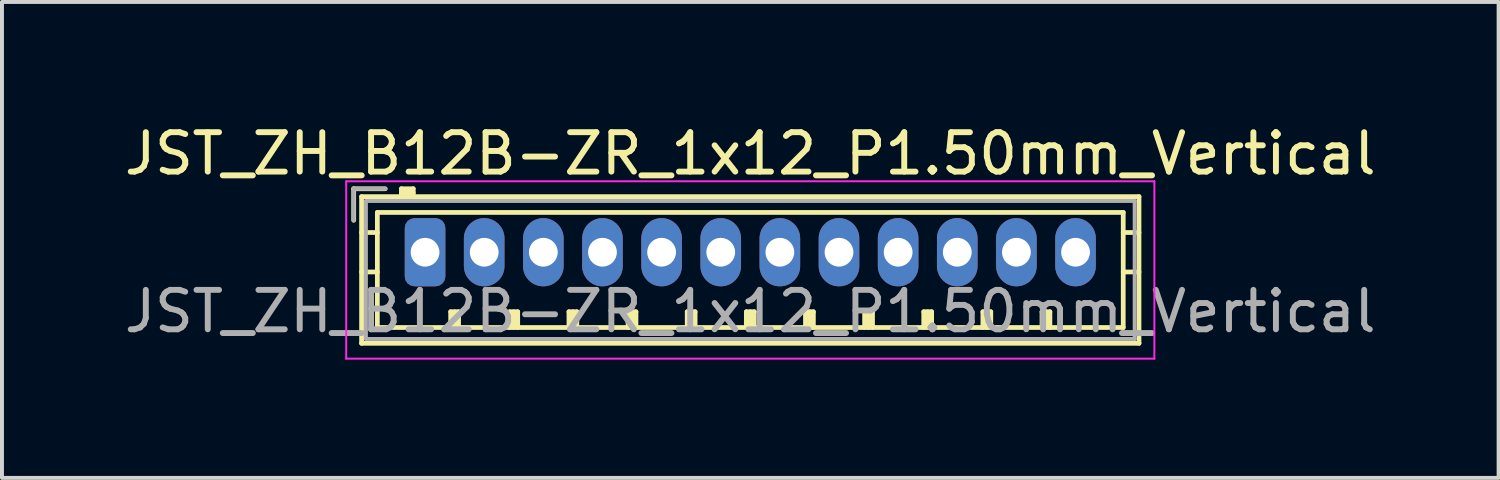
<source format=kicad_pcb>
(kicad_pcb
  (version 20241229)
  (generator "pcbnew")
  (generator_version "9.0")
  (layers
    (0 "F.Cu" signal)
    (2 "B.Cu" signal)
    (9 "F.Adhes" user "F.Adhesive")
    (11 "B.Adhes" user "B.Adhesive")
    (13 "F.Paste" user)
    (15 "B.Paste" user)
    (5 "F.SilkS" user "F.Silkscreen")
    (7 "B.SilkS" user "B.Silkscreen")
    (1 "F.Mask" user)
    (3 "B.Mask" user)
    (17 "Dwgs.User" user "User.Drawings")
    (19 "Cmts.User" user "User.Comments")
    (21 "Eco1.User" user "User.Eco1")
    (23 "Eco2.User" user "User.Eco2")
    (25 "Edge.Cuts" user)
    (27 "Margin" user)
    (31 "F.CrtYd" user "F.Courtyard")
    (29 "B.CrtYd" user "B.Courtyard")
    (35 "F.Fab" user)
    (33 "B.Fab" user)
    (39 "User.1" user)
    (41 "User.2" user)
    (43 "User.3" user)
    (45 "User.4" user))
  (footprint "JST_ZH_B12B-ZR_1x12_P1.50mm_Vertical"
    (layer "F.Cu")
    (at 7.732 3.348)
    (property "Reference" "JST_ZH_B12B-ZR_1x12_P1.50mm_Vertical" (at 8.25 -2.5 0) (layer "F.SilkS") (effects (font (size 1 1) (thickness 0.15))))
    (attr through_hole)
    (fp_line (start -1.81 -1.61) (end -1.81 -0.81) (stroke (width 0.12) (type solid)) (layer "F.SilkS"))
    (fp_line (start -1.61 -1.41) (end -1.61 2.31) (stroke (width 0.12) (type solid)) (layer "F.SilkS"))
    (fp_line (start -1.61 -0.5) (end -1.21 -0.5) (stroke (width 0.12) (type solid)) (layer "F.SilkS"))
    (fp_line (start -1.61 0.5) (end -1.21 0.5) (stroke (width 0.12) (type solid)) (layer "F.SilkS"))
    (fp_line (start -1.61 2.31) (end 18.11 2.31) (stroke (width 0.12) (type solid)) (layer "F.SilkS"))
    (fp_line (start -1.21 -1.01) (end -1.21 1.91) (stroke (width 0.12) (type solid)) (layer "F.SilkS"))
    (fp_line (start -1.21 1.91) (end 17.71 1.91) (stroke (width 0.12) (type solid)) (layer "F.SilkS"))
    (fp_line (start -1.01 -1.61) (end -1.81 -1.61) (stroke (width 0.12) (type solid)) (layer "F.SilkS"))
    (fp_line (start -0.6 -1.61) (end -0.6 -1.41) (stroke (width 0.12) (type solid)) (layer "F.SilkS"))
    (fp_line (start -0.3 -1.61) (end -0.6 -1.61) (stroke (width 0.12) (type solid)) (layer "F.SilkS"))
    (fp_line (start -0.3 -1.51) (end -0.6 -1.51) (stroke (width 0.12) (type solid)) (layer "F.SilkS"))
    (fp_line (start -0.3 -1.41) (end -0.3 -1.61) (stroke (width 0.12) (type solid)) (layer "F.SilkS"))
    (fp_line (start 0.65 1.51) (end 0.85 1.51) (stroke (width 0.12) (type solid)) (layer "F.SilkS"))
    (fp_line (start 0.65 1.91) (end 0.65 1.51) (stroke (width 0.12) (type solid)) (layer "F.SilkS"))
    (fp_line (start 0.75 1.91) (end 0.75 1.51) (stroke (width 0.12) (type solid)) (layer "F.SilkS"))
    (fp_line (start 0.85 1.51) (end 0.85 1.91) (stroke (width 0.12) (type solid)) (layer "F.SilkS"))
    (fp_line (start 2.15 1.51) (end 2.35 1.51) (stroke (width 0.12) (type solid)) (layer "F.SilkS"))
    (fp_line (start 2.15 1.91) (end 2.15 1.51) (stroke (width 0.12) (type solid)) (layer "F.SilkS"))
    (fp_line (start 2.25 1.91) (end 2.25 1.51) (stroke (width 0.12) (type solid)) (layer "F.SilkS"))
    (fp_line (start 2.35 1.51) (end 2.35 1.91) (stroke (width 0.12) (type solid)) (layer "F.SilkS"))
    (fp_line (start 3.65 1.51) (end 3.85 1.51) (stroke (width 0.12) (type solid)) (layer "F.SilkS"))
    (fp_line (start 3.65 1.91) (end 3.65 1.51) (stroke (width 0.12) (type solid)) (layer "F.SilkS"))
    (fp_line (start 3.75 1.91) (end 3.75 1.51) (stroke (width 0.12) (type solid)) (layer "F.SilkS"))
    (fp_line (start 3.85 1.51) (end 3.85 1.91) (stroke (width 0.12) (type solid)) (layer "F.SilkS"))
    (fp_line (start 5.15 1.51) (end 5.35 1.51) (stroke (width 0.12) (type solid)) (layer "F.SilkS"))
    (fp_line (start 5.15 1.91) (end 5.15 1.51) (stroke (width 0.12) (type solid)) (layer "F.SilkS"))
    (fp_line (start 5.25 1.91) (end 5.25 1.51) (stroke (width 0.12) (type solid)) (layer "F.SilkS"))
    (fp_line (start 5.35 1.51) (end 5.35 1.91) (stroke (width 0.12) (type solid)) (layer "F.SilkS"))
    (fp_line (start 6.65 1.51) (end 6.85 1.51) (stroke (width 0.12) (type solid)) (layer "F.SilkS"))
    (fp_line (start 6.65 1.91) (end 6.65 1.51) (stroke (width 0.12) (type solid)) (layer "F.SilkS"))
    (fp_line (start 6.75 1.91) (end 6.75 1.51) (stroke (width 0.12) (type solid)) (layer "F.SilkS"))
    (fp_line (start 6.85 1.51) (end 6.85 1.91) (stroke (width 0.12) (type solid)) (layer "F.SilkS"))
    (fp_line (start 8.15 1.51) (end 8.35 1.51) (stroke (width 0.12) (type solid)) (layer "F.SilkS"))
    (fp_line (start 8.15 1.91) (end 8.15 1.51) (stroke (width 0.12) (type solid)) (layer "F.SilkS"))
    (fp_line (start 8.25 1.91) (end 8.25 1.51) (stroke (width 0.12) (type solid)) (layer "F.SilkS"))
    (fp_line (start 8.35 1.51) (end 8.35 1.91) (stroke (width 0.12) (type solid)) (layer "F.SilkS"))
    (fp_line (start 9.65 1.51) (end 9.85 1.51) (stroke (width 0.12) (type solid)) (layer "F.SilkS"))
    (fp_line (start 9.65 1.91) (end 9.65 1.51) (stroke (width 0.12) (type solid)) (layer "F.SilkS"))
    (fp_line (start 9.75 1.91) (end 9.75 1.51) (stroke (width 0.12) (type solid)) (layer "F.SilkS"))
    (fp_line (start 9.85 1.51) (end 9.85 1.91) (stroke (width 0.12) (type solid)) (layer "F.SilkS"))
    (fp_line (start 11.15 1.51) (end 11.35 1.51) (stroke (width 0.12) (type solid)) (layer "F.SilkS"))
    (fp_line (start 11.15 1.91) (end 11.15 1.51) (stroke (width 0.12) (type solid)) (layer "F.SilkS"))
    (fp_line (start 11.25 1.91) (end 11.25 1.51) (stroke (width 0.12) (type solid)) (layer "F.SilkS"))
    (fp_line (start 11.35 1.51) (end 11.35 1.91) (stroke (width 0.12) (type solid)) (layer "F.SilkS"))
    (fp_line (start 12.65 1.51) (end 12.85 1.51) (stroke (width 0.12) (type solid)) (layer "F.SilkS"))
    (fp_line (start 12.65 1.91) (end 12.65 1.51) (stroke (width 0.12) (type solid)) (layer "F.SilkS"))
    (fp_line (start 12.75 1.91) (end 12.75 1.51) (stroke (width 0.12) (type solid)) (layer "F.SilkS"))
    (fp_line (start 12.85 1.51) (end 12.85 1.91) (stroke (width 0.12) (type solid)) (layer "F.SilkS"))
    (fp_line (start 14.15 1.51) (end 14.35 1.51) (stroke (width 0.12) (type solid)) (layer "F.SilkS"))
    (fp_line (start 14.15 1.91) (end 14.15 1.51) (stroke (width 0.12) (type solid)) (layer "F.SilkS"))
    (fp_line (start 14.25 1.91) (end 14.25 1.51) (stroke (width 0.12) (type solid)) (layer "F.SilkS"))
    (fp_line (start 14.35 1.51) (end 14.35 1.91) (stroke (width 0.12) (type solid)) (layer "F.SilkS"))
    (fp_line (start 15.65 1.51) (end 15.85 1.51) (stroke (width 0.12) (type solid)) (layer "F.SilkS"))
    (fp_line (start 15.65 1.91) (end 15.65 1.51) (stroke (width 0.12) (type solid)) (layer "F.SilkS"))
    (fp_line (start 15.75 1.91) (end 15.75 1.51) (stroke (width 0.12) (type solid)) (layer "F.SilkS"))
    (fp_line (start 15.85 1.51) (end 15.85 1.91) (stroke (width 0.12) (type solid)) (layer "F.SilkS"))
    (fp_line (start 17.71 -1.01) (end -1.21 -1.01) (stroke (width 0.12) (type solid)) (layer "F.SilkS"))
    (fp_line (start 17.71 1.91) (end 17.71 -1.01) (stroke (width 0.12) (type solid)) (layer "F.SilkS"))
    (fp_line (start 18.11 -1.41) (end -1.61 -1.41) (stroke (width 0.12) (type solid)) (layer "F.SilkS"))
    (fp_line (start 18.11 -0.5) (end 17.71 -0.5) (stroke (width 0.12) (type solid)) (layer "F.SilkS"))
    (fp_line (start 18.11 0.5) (end 17.71 0.5) (stroke (width 0.12) (type solid)) (layer "F.SilkS"))
    (fp_line (start 18.11 2.31) (end 18.11 -1.41) (stroke (width 0.12) (type solid)) (layer "F.SilkS"))
    (fp_line (start -2 -1.8) (end -2 2.7) (stroke (width 0.05) (type solid)) (layer "F.CrtYd"))
    (fp_line (start -2 2.7) (end 18.5 2.7) (stroke (width 0.05) (type solid)) (layer "F.CrtYd"))
    (fp_line (start 18.5 -1.8) (end -2 -1.8) (stroke (width 0.05) (type solid)) (layer "F.CrtYd"))
    (fp_line (start 18.5 2.7) (end 18.5 -1.8) (stroke (width 0.05) (type solid)) (layer "F.CrtYd"))
    (fp_line (start -1.81 -1.61) (end -1.81 -0.81) (stroke (width 0.1) (type solid)) (layer "F.Fab"))
    (fp_line (start -1.5 -1.3) (end -1.5 2.2) (stroke (width 0.1) (type solid)) (layer "F.Fab"))
    (fp_line (start -1.5 2.2) (end 18 2.2) (stroke (width 0.1) (type solid)) (layer "F.Fab"))
    (fp_line (start -1.01 -1.61) (end -1.81 -1.61) (stroke (width 0.1) (type solid)) (layer "F.Fab"))
    (fp_line (start 18 -1.3) (end -1.5 -1.3) (stroke (width 0.1) (type solid)) (layer "F.Fab"))
    (fp_line (start 18 2.2) (end 18 -1.3) (stroke (width 0.1) (type solid)) (layer "F.Fab"))
    (fp_text user "${REFERENCE}" (at 8.25 1.5 0) (layer "F.Fab") (effects (font (size 1 1) (thickness 0.15))))
    (pad "1" thru_hole roundrect (at 0 0) (size 1.03 1.73) (drill 0.73) (layers "*.Cu" "*.Mask") (roundrect_rratio 0.243))
    (pad "2" thru_hole oval (at 1.5 0) (size 1.03 1.73) (drill 0.73) (layers "*.Cu" "*.Mask"))
    (pad "3" thru_hole oval (at 3 0) (size 1.03 1.73) (drill 0.73) (layers "*.Cu" "*.Mask"))
    (pad "4" thru_hole oval (at 4.5 0) (size 1.03 1.73) (drill 0.73) (layers "*.Cu" "*.Mask"))
    (pad "5" thru_hole oval (at 6 0) (size 1.03 1.73) (drill 0.73) (layers "*.Cu" "*.Mask"))
    (pad "6" thru_hole oval (at 7.5 0) (size 1.03 1.73) (drill 0.73) (layers "*.Cu" "*.Mask"))
    (pad "7" thru_hole oval (at 9 0) (size 1.03 1.73) (drill 0.73) (layers "*.Cu" "*.Mask"))
    (pad "8" thru_hole oval (at 10.5 0) (size 1.03 1.73) (drill 0.73) (layers "*.Cu" "*.Mask"))
    (pad "9" thru_hole oval (at 12 0) (size 1.03 1.73) (drill 0.73) (layers "*.Cu" "*.Mask"))
    (pad "10" thru_hole oval (at 13.5 0) (size 1.03 1.73) (drill 0.73) (layers "*.Cu" "*.Mask"))
    (pad "11" thru_hole oval (at 15 0) (size 1.03 1.73) (drill 0.73) (layers "*.Cu" "*.Mask"))
    (pad "12" thru_hole oval (at 16.5 0) (size 1.03 1.73) (drill 0.73) (layers "*.Cu" "*.Mask")))
  (gr_rect
    (start -3 -3)
    (end 34.964 9.073)
    (stroke (width 0.1) (type default))
    (fill no)
    (layer "Edge.Cuts")))
</source>
